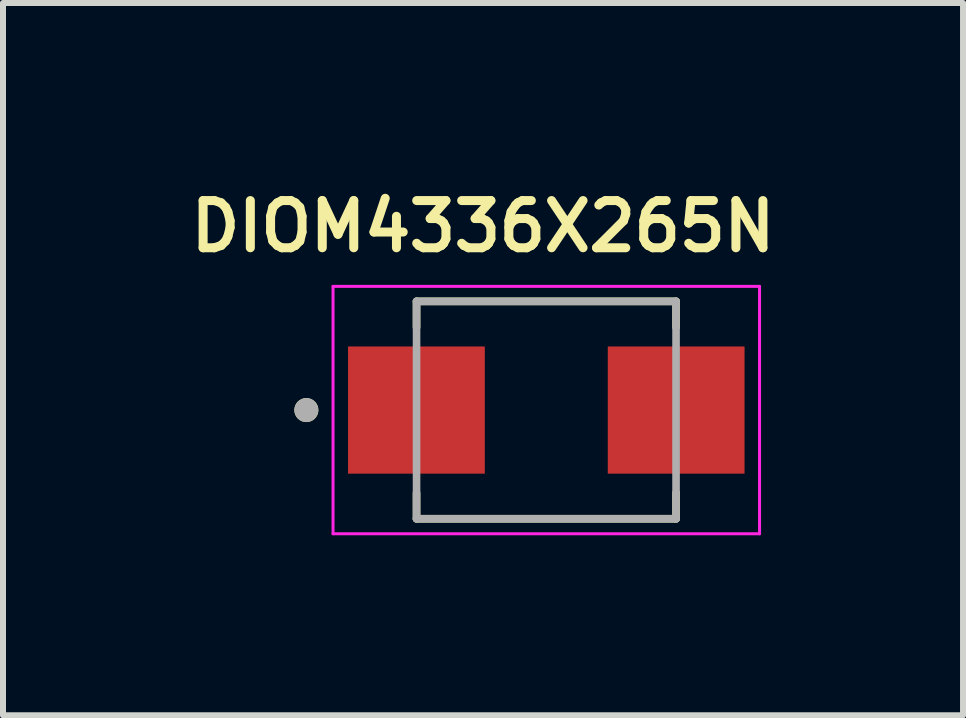
<source format=kicad_pcb>
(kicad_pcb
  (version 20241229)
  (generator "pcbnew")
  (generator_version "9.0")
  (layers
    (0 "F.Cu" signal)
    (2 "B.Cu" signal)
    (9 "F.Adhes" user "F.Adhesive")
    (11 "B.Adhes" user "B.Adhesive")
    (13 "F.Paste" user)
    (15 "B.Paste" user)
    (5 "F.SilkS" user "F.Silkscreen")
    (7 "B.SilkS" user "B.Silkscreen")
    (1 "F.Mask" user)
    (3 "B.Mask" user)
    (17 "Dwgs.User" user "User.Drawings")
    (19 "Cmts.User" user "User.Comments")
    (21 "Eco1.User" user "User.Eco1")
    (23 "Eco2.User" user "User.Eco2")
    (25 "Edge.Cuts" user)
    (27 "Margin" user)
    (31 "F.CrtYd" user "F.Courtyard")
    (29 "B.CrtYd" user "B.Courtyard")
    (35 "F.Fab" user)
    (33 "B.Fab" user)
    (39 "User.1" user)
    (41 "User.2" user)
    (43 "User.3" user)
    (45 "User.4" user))
  (footprint "DIOM4336X265N"
    (layer "F.Cu")
    (at 6.057 3.786)
    (property "Reference" "DIOM4336X265N" (at -1.055 -3.062 0) (layer "F.SilkS") (effects (font (size 0.787 0.787) (thickness 0.15))))
    (attr smd)
    (fp_line (start -2.163 -1.812) (end -2.163 -1.38) (stroke (width 0.127) (type solid)) (layer "F.SilkS"))
    (fp_line (start -2.163 1.812) (end -2.163 1.38) (stroke (width 0.127) (type solid)) (layer "F.SilkS"))
    (fp_line (start -2.163 1.812) (end 2.163 1.812) (stroke (width 0.127) (type solid)) (layer "F.SilkS"))
    (fp_line (start 2.163 -1.812) (end -2.163 -1.812) (stroke (width 0.127) (type solid)) (layer "F.SilkS"))
    (fp_line (start 2.163 -1.38) (end 2.163 -1.812) (stroke (width 0.127) (type solid)) (layer "F.SilkS"))
    (fp_line (start 2.163 1.812) (end 2.163 1.38) (stroke (width 0.127) (type solid)) (layer "F.SilkS"))
    (fp_circle (center -4 0) (end -3.9 0) (stroke (width 0.2) (type solid)) (fill no) (layer "F.SilkS"))
    (fp_line (start -3.555 -2.062) (end -3.555 2.062) (stroke (width 0.05) (type solid)) (layer "F.CrtYd"))
    (fp_line (start -3.555 2.062) (end 3.555 2.062) (stroke (width 0.05) (type solid)) (layer "F.CrtYd"))
    (fp_line (start 3.555 -2.062) (end -3.555 -2.062) (stroke (width 0.05) (type solid)) (layer "F.CrtYd"))
    (fp_line (start 3.555 2.062) (end 3.555 -2.062) (stroke (width 0.05) (type solid)) (layer "F.CrtYd"))
    (fp_line (start -2.163 -1.812) (end -2.163 1.812) (stroke (width 0.127) (type solid)) (layer "F.Fab"))
    (fp_line (start -2.163 1.812) (end 2.163 1.812) (stroke (width 0.127) (type solid)) (layer "F.Fab"))
    (fp_line (start 2.163 -1.812) (end -2.163 -1.812) (stroke (width 0.127) (type solid)) (layer "F.Fab"))
    (fp_line (start 2.163 1.812) (end 2.163 -1.812) (stroke (width 0.127) (type solid)) (layer "F.Fab"))
    (fp_circle (center -4 0) (end -3.9 0) (stroke (width 0.2) (type solid)) (fill no) (layer "F.Fab"))
    (pad "A" smd rect (at 2.165 0) (size 2.28 2.12) (layers "F.Cu" "F.Mask" "F.Paste"))
    (pad "C" smd rect (at -2.165 0) (size 2.28 2.12) (layers "F.Cu" "F.Mask" "F.Paste")))
  (gr_rect
    (start -3 -3)
    (end 13.004 8.874)
    (stroke (width 0.1) (type default))
    (fill no)
    (layer "Edge.Cuts")))
</source>
